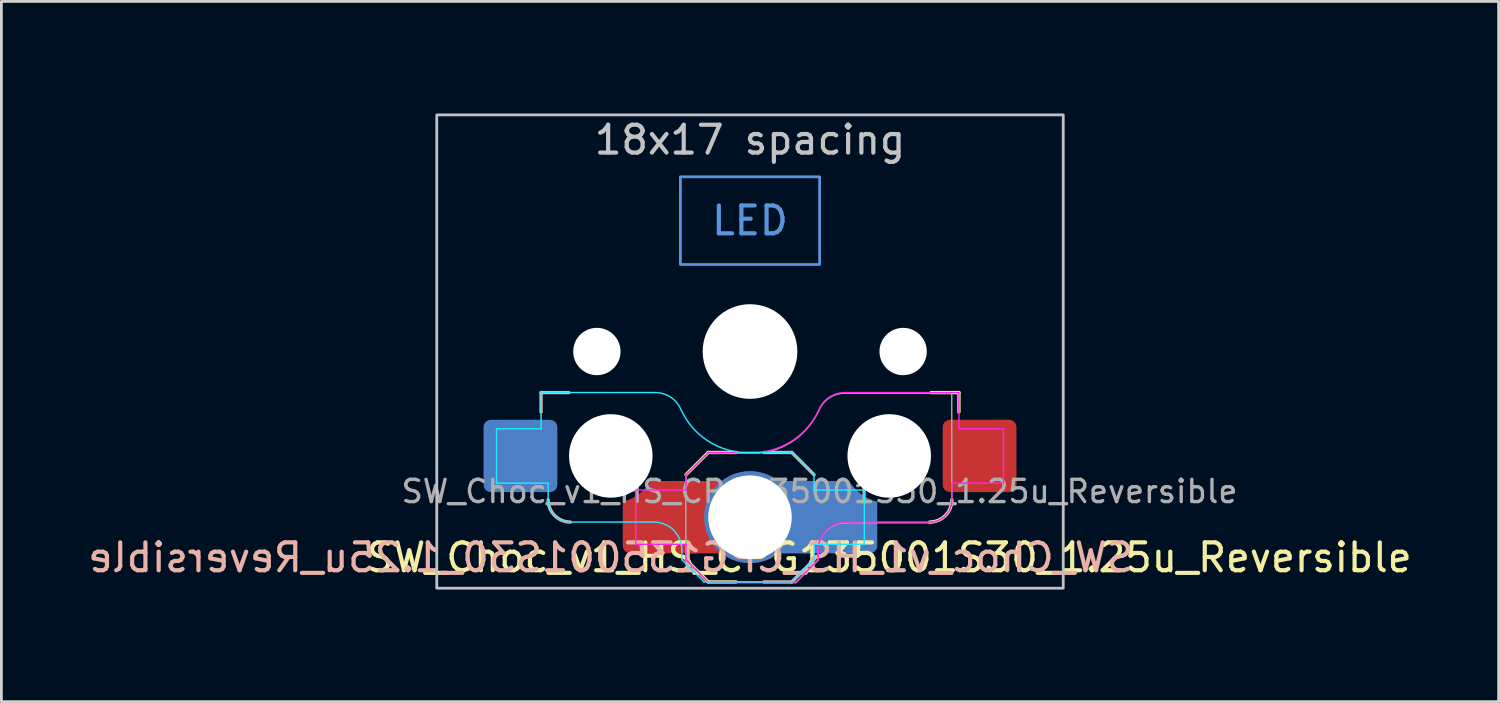
<source format=kicad_pcb>
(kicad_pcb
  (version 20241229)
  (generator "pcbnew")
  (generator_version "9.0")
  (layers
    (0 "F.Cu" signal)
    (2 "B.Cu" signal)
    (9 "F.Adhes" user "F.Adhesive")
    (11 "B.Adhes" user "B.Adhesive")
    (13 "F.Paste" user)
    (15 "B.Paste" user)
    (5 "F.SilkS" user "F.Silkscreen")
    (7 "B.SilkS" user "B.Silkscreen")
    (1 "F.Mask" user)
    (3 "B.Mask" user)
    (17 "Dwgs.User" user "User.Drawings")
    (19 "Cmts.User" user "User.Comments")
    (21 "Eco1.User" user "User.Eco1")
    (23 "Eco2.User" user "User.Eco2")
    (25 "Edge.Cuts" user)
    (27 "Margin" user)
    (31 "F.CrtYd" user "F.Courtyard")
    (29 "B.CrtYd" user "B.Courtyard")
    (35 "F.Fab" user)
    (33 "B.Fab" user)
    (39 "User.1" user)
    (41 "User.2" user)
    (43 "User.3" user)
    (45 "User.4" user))
  (footprint "SW_Choc_v1_HS_CPG135001S30_1.25u_Reversible"
    (layer "F.Cu")
    (at 23.887 9.575)
    (property "Reference" "SW_Choc_v1_HS_CPG135001S30_1.25u_Reversible" (at 5 7.4 180) (layer "F.SilkS") (effects (font (size 1 1) (thickness 0.15))))
    (attr smd)
    (fp_line (start -2.3 7.475) (end -1.5 8.275) (stroke (width 0.12) (type solid)) (layer "F.SilkS"))
    (fp_line (start -1.5 3.625) (end -2.3 4.425) (stroke (width 0.12) (type solid)) (layer "F.SilkS"))
    (fp_line (start -1.5 3.625) (end -0.5 3.625) (stroke (width 0.12) (type solid)) (layer "F.SilkS"))
    (fp_line (start -1.5 8.275) (end -0.5 8.275) (stroke (width 0.12) (type solid)) (layer "F.SilkS"))
    (fp_line (start 7.504 1.475) (end 6.504 1.475) (stroke (width 0.12) (type solid)) (layer "F.SilkS"))
    (fp_line (start 7.504 1.475) (end 7.504 2.175) (stroke (width 0.12) (type solid)) (layer "F.SilkS"))
    (fp_arc (start 7.25 5.325) (mid 7.015685 5.890685) (end 6.45 6.125) (stroke (width 0.12) (type solid)) (layer "F.SilkS"))
    (fp_line (start -7.504 1.475) (end -7.504 2.175) (stroke (width 0.12) (type solid)) (layer "B.SilkS"))
    (fp_line (start -7.504 1.475) (end -6.504 1.475) (stroke (width 0.12) (type solid)) (layer "B.SilkS"))
    (fp_line (start 1.5 3.625) (end 0.5 3.625) (stroke (width 0.12) (type solid)) (layer "B.SilkS"))
    (fp_line (start 1.5 3.625) (end 2.3 4.425) (stroke (width 0.12) (type solid)) (layer "B.SilkS"))
    (fp_line (start 1.5 8.275) (end 0.5 8.275) (stroke (width 0.12) (type solid)) (layer "B.SilkS"))
    (fp_line (start 2.3 7.475) (end 1.5 8.275) (stroke (width 0.12) (type solid)) (layer "B.SilkS"))
    (fp_arc (start -6.45 6.125) (mid -7.015685 5.890685) (end -7.25 5.325) (stroke (width 0.12) (type solid)) (layer "B.SilkS"))
    (fp_rect (start -11.25 -8.5) (end 11.25 8.5) (stroke (width 0.1) (type solid)) (fill no) (layer "Dwgs.User"))
    (fp_rect (start -2.5 -6.275) (end 2.5 -3.125) (stroke (width 0.1) (type default)) (fill no) (layer "Cmts.User"))
    (fp_rect (start -11.906 -9.525) (end 11.906 9.525) (stroke (width 0.1) (type solid)) (fill no) (layer "Eco1.User"))
    (fp_line (start -6.95 -6.45) (end -6.95 6.45) (stroke (width 0.05) (type solid)) (layer "Eco2.User"))
    (fp_line (start -6.45 6.95) (end 6.45 6.95) (stroke (width 0.05) (type solid)) (layer "Eco2.User"))
    (fp_line (start 6.45 -6.95) (end -6.45 -6.95) (stroke (width 0.05) (type solid)) (layer "Eco2.User"))
    (fp_line (start 6.95 6.45) (end 6.95 -6.45) (stroke (width 0.05) (type solid)) (layer "Eco2.User"))
    (fp_arc (start -6.95 -6.45) (mid -6.803553 -6.803553) (end -6.45 -6.95) (stroke (width 0.05) (type solid)) (layer "Eco2.User"))
    (fp_arc (start -6.45 6.95) (mid -6.803553 6.803553) (end -6.95 6.45) (stroke (width 0.05) (type solid)) (layer "Eco2.User"))
    (fp_arc (start 6.45 -6.95) (mid 6.803553 -6.803553) (end 6.95 -6.45) (stroke (width 0.05) (type solid)) (layer "Eco2.User"))
    (fp_arc (start 6.95 6.45) (mid 6.803553 6.803553) (end 6.45 6.95) (stroke (width 0.05) (type solid)) (layer "Eco2.User"))
    (fp_line (start -9.104 2.775) (end -7.504 2.775) (stroke (width 0.05) (type solid)) (layer "B.CrtYd"))
    (fp_line (start -9.104 4.725) (end -9.104 2.775) (stroke (width 0.05) (type solid)) (layer "B.CrtYd"))
    (fp_line (start -7.504 1.475) (end -7.504 2.175) (stroke (width 0.05) (type solid)) (layer "B.CrtYd"))
    (fp_line (start -7.504 1.475) (end -3.4 1.475) (stroke (width 0.05) (type solid)) (layer "B.CrtYd"))
    (fp_line (start -7.504 2.175) (end -7.504 2.775) (stroke (width 0.05) (type solid)) (layer "B.CrtYd"))
    (fp_line (start -7.25 4.725) (end -9.104 4.725) (stroke (width 0.05) (type solid)) (layer "B.CrtYd"))
    (fp_line (start -7.25 5.325) (end -7.25 4.725) (stroke (width 0.05) (type solid)) (layer "B.CrtYd"))
    (fp_line (start -3.45 6.125) (end -6.45 6.125) (stroke (width 0.05) (type solid)) (layer "B.CrtYd"))
    (fp_line (start -2.45 7.475) (end -2.45 7.125) (stroke (width 0.05) (type solid)) (layer "B.CrtYd"))
    (fp_line (start -2.45 7.475) (end -1.65 8.275) (stroke (width 0.05) (type solid)) (layer "B.CrtYd"))
    (fp_line (start 1.5 3.625) (end -0.3 3.625) (stroke (width 0.05) (type solid)) (layer "B.CrtYd"))
    (fp_line (start 1.5 3.625) (end 2.3 4.425) (stroke (width 0.05) (type solid)) (layer "B.CrtYd"))
    (fp_line (start 1.5 8.275) (end -1.65 8.275) (stroke (width 0.05) (type solid)) (layer "B.CrtYd"))
    (fp_line (start 2.3 4.975) (end 2.3 4.425) (stroke (width 0.05) (type solid)) (layer "B.CrtYd"))
    (fp_line (start 2.3 7.475) (end 1.5 8.275) (stroke (width 0.05) (type solid)) (layer "B.CrtYd"))
    (fp_line (start 2.3 7.475) (end 2.3 6.925) (stroke (width 0.05) (type solid)) (layer "B.CrtYd"))
    (fp_line (start 4.104 4.975) (end 2.3 4.975) (stroke (width 0.05) (type solid)) (layer "B.CrtYd"))
    (fp_line (start 4.104 4.975) (end 4.104 6.925) (stroke (width 0.05) (type solid)) (layer "B.CrtYd"))
    (fp_line (start 4.104 6.925) (end 2.3 6.925) (stroke (width 0.05) (type solid)) (layer "B.CrtYd"))
    (fp_arc (start -6.45 6.125) (mid -7.015685 5.890685) (end -7.25 5.325) (stroke (width 0.05) (type solid)) (layer "B.CrtYd"))
    (fp_arc (start -3.45 6.125) (mid -2.742893 6.417893) (end -2.45 7.125) (stroke (width 0.05) (type solid)) (layer "B.CrtYd"))
    (fp_arc (start -3.4 1.475) (mid -2.826423 1.655848) (end -2.460307 2.13298) (stroke (width 0.05) (type solid)) (layer "B.CrtYd"))
    (fp_arc (start -0.299999 3.624999) (mid -1.577272 3.167235) (end -2.455444 2.13293) (stroke (width 0.05) (type solid)) (layer "B.CrtYd"))
    (fp_line (start -4.104 4.975) (end -4.104 6.925) (stroke (width 0.05) (type solid)) (layer "F.CrtYd"))
    (fp_line (start -4.104 4.975) (end -2.3 4.975) (stroke (width 0.05) (type solid)) (layer "F.CrtYd"))
    (fp_line (start -4.104 6.925) (end -2.3 6.925) (stroke (width 0.05) (type solid)) (layer "F.CrtYd"))
    (fp_line (start -2.3 4.975) (end -2.3 4.425) (stroke (width 0.05) (type solid)) (layer "F.CrtYd"))
    (fp_line (start -2.3 7.475) (end -2.3 6.925) (stroke (width 0.05) (type solid)) (layer "F.CrtYd"))
    (fp_line (start -2.3 7.475) (end -1.5 8.275) (stroke (width 0.05) (type solid)) (layer "F.CrtYd"))
    (fp_line (start -1.5 3.625) (end -2.3 4.425) (stroke (width 0.05) (type solid)) (layer "F.CrtYd"))
    (fp_line (start -1.5 3.625) (end 0.3 3.625) (stroke (width 0.05) (type solid)) (layer "F.CrtYd"))
    (fp_line (start -1.5 8.275) (end 1.65 8.275) (stroke (width 0.05) (type solid)) (layer "F.CrtYd"))
    (fp_line (start 2.45 7.475) (end 1.65 8.275) (stroke (width 0.05) (type solid)) (layer "F.CrtYd"))
    (fp_line (start 2.45 7.475) (end 2.45 7.125) (stroke (width 0.05) (type solid)) (layer "F.CrtYd"))
    (fp_line (start 3.45 6.125) (end 6.45 6.125) (stroke (width 0.05) (type solid)) (layer "F.CrtYd"))
    (fp_line (start 7.25 4.725) (end 9.104 4.725) (stroke (width 0.05) (type solid)) (layer "F.CrtYd"))
    (fp_line (start 7.25 5.325) (end 7.25 4.725) (stroke (width 0.05) (type solid)) (layer "F.CrtYd"))
    (fp_line (start 7.504 1.475) (end 3.4 1.475) (stroke (width 0.05) (type solid)) (layer "F.CrtYd"))
    (fp_line (start 7.504 1.475) (end 7.504 2.175) (stroke (width 0.05) (type solid)) (layer "F.CrtYd"))
    (fp_line (start 7.504 2.175) (end 7.504 2.775) (stroke (width 0.05) (type solid)) (layer "F.CrtYd"))
    (fp_line (start 9.104 2.775) (end 7.504 2.775) (stroke (width 0.05) (type solid)) (layer "F.CrtYd"))
    (fp_line (start 9.104 4.725) (end 9.104 2.775) (stroke (width 0.05) (type solid)) (layer "F.CrtYd"))
    (fp_arc (start 2.45 7.125) (mid 2.742893 6.417893) (end 3.45 6.125) (stroke (width 0.05) (type solid)) (layer "F.CrtYd"))
    (fp_arc (start 2.455444 2.13293) (mid 1.577272 3.167235) (end 0.299999 3.624999) (stroke (width 0.05) (type solid)) (layer "F.CrtYd"))
    (fp_arc (start 2.460307 2.13298) (mid 2.826423 1.655848) (end 3.4 1.475) (stroke (width 0.05) (type solid)) (layer "F.CrtYd"))
    (fp_arc (start 7.25 5.325) (mid 7.015685 5.890685) (end 6.45 6.125) (stroke (width 0.05) (type solid)) (layer "F.CrtYd"))
    (fp_line (start -2.304 7.5) (end -2.304 4.45) (stroke (width 0.05) (type solid)) (layer "F.Fab"))
    (fp_line (start -2.304 7.5) (end -1.504 8.3) (stroke (width 0.05) (type solid)) (layer "F.Fab"))
    (fp_line (start -1.504 3.65) (end -2.304 4.45) (stroke (width 0.05) (type solid)) (layer "F.Fab"))
    (fp_line (start -1.504 3.65) (end 0.296 3.65) (stroke (width 0.05) (type solid)) (layer "F.Fab"))
    (fp_line (start -1.504 8.3) (end 1.646 8.3) (stroke (width 0.05) (type solid)) (layer "F.Fab"))
    (fp_line (start 2.446 7.5) (end 1.646 8.3) (stroke (width 0.05) (type solid)) (layer "F.Fab"))
    (fp_line (start 2.446 7.5) (end 2.446 7.15) (stroke (width 0.05) (type solid)) (layer "F.Fab"))
    (fp_line (start 3.446 6.15) (end 6.446 6.15) (stroke (width 0.05) (type solid)) (layer "F.Fab"))
    (fp_line (start 7.246 1.5) (end 3.396 1.5) (stroke (width 0.05) (type solid)) (layer "F.Fab"))
    (fp_line (start 7.246 5.35) (end 7.246 1.5) (stroke (width 0.05) (type solid)) (layer "F.Fab"))
    (fp_arc (start 2.446 7.15) (mid 2.738893 6.442893) (end 3.446 6.15) (stroke (width 0.05) (type solid)) (layer "F.Fab"))
    (fp_arc (start 2.451444 2.15793) (mid 1.573272 3.192235) (end 0.295999 3.649999) (stroke (width 0.05) (type solid)) (layer "F.Fab"))
    (fp_arc (start 2.456307 2.15798) (mid 2.822423 1.680848) (end 3.396 1.5) (stroke (width 0.05) (type solid)) (layer "F.Fab"))
    (fp_arc (start 7.246 5.35) (mid 7.011685 5.915685) (end 6.446 6.15) (stroke (width 0.05) (type solid)) (layer "F.Fab"))
    (fp_line (start -4.57 6.99) (end -4.57 5.395) (stroke (width 0.05) (type solid)) (layer "User.4"))
    (fp_line (start -4.31 7.25) (end -1.92 7.25) (stroke (width 0.05) (type solid)) (layer "User.4"))
    (fp_line (start -1.92 4.65) (end -3.558 4.65) (stroke (width 0.05) (type solid)) (layer "User.4"))
    (fp_line (start -1.92 7.25) (end -1.92 4.65) (stroke (width 0.05) (type solid)) (layer "User.4"))
    (fp_arc (start -4.31 7.25) (mid -4.493848 7.173848) (end -4.57 6.99) (stroke (width 0.05) (type solid)) (layer "User.4"))
    (fp_arc (start -3.557779 4.65) (mid -3.797918 4.952082) (end -4.57 5.394717) (stroke (width 0.05) (type solid)) (layer "User.4"))
    (fp_text user "${REFERENCE}" (at -5 7.4 0) (unlocked yes) (layer "B.SilkS") (effects (font (size 1 1) (thickness 0.15)) (justify mirror)))
    (fp_text user "18x17 spacing" (at 0 -7.6 180) (layer "Dwgs.User") (effects (font (size 1 1) (thickness 0.15))))
    (fp_text user "LED" (at 0 -4.7 0) (unlocked yes) (layer "Cmts.User") (effects (font (size 1 1) (thickness 0.15))))
    (fp_text user "19.05 spacing" (at 0 -8.7 180) (layer "Eco1.User") (effects (font (size 1 1) (thickness 0.15))))
    (fp_text user "${REFERENCE}" (at 2.496 5.025 0) (layer "F.Fab") (effects (font (size 0.8 0.8) (thickness 0.12))))
    (pad "" np_thru_hole circle (at -5.5 0 180) (size 1.7 1.7) (drill 1.7) (layers "*.Cu" "*.Mask"))
    (pad "" np_thru_hole circle (at -5 3.75) (size 3 3) (drill 3) (layers "*.Cu" "*.Mask"))
    (pad "" np_thru_hole circle (at 0 0 180) (size 3.4 3.4) (drill 3.4) (layers "*.Cu" "*.Mask"))
    (pad "" np_thru_hole circle (at 5 3.75) (size 3 3) (drill 3) (layers "*.Cu" "*.Mask"))
    (pad "" np_thru_hole circle (at 5.5 0 180) (size 1.7 1.7) (drill 1.7) (layers "*.Cu" "*.Mask"))
    (pad "1" smd roundrect (at -8.245 3.75) (size 2.65 2.6) (layers "B.Cu" "B.Mask" "B.Paste") (roundrect_rratio 0.1))
    (pad "1" smd roundrect (at 8.245 3.75) (size 2.65 2.6) (layers "F.Cu" "F.Mask" "F.Paste") (roundrect_rratio 0.1))
    (pad "2" smd custom (at -3.245 5.95) (size 1 1) (layers "F.Cu" "F.Mask" "F.Paste") (options (anchor circle)) (primitives (gr_poly (pts (arc (start -1.066079 1.290075) (mid -1.249229 1.213543) (end -1.325 1.030077)) (arc (start -1.325 -0.555282) (mid -0.552918 -0.997918) (end -0.312778 -1.300001)) (xy 1.325 -1.3) (xy 1.325 1.3)) (width 0) (fill yes))))
    (pad "2" smd rect (at -1.55 5.95 180) (size 1.2 2.6) (layers "F.Cu"))
    (pad "2" thru_hole circle (at 0 5.95) (size 3.3 3.3) (drill 3) (layers "*.Cu" "F.Mask"))
    (pad "2" smd rect (at 1.55 5.95 180) (size 1.2 2.6) (layers "B.Cu"))
    (pad "2" smd custom (at 3.245 5.95) (size 1 1) (layers "B.Cu" "B.Mask" "B.Paste") (options (anchor circle)) (primitives (gr_poly (pts (arc (start 1.066079 1.290075) (mid 1.249229 1.213543) (end 1.325 1.030077)) (arc (start 1.325 -0.555282) (mid 0.552918 -0.997918) (end 0.312778 -1.300001)) (xy -1.325 -1.3) (xy -1.325 1.3)) (width 0) (fill yes)))))
  (gr_rect
    (start -3 -3)
    (end 50.774 22.15)
    (stroke (width 0.1) (type default))
    (fill no)
    (layer "Edge.Cuts")))
</source>
